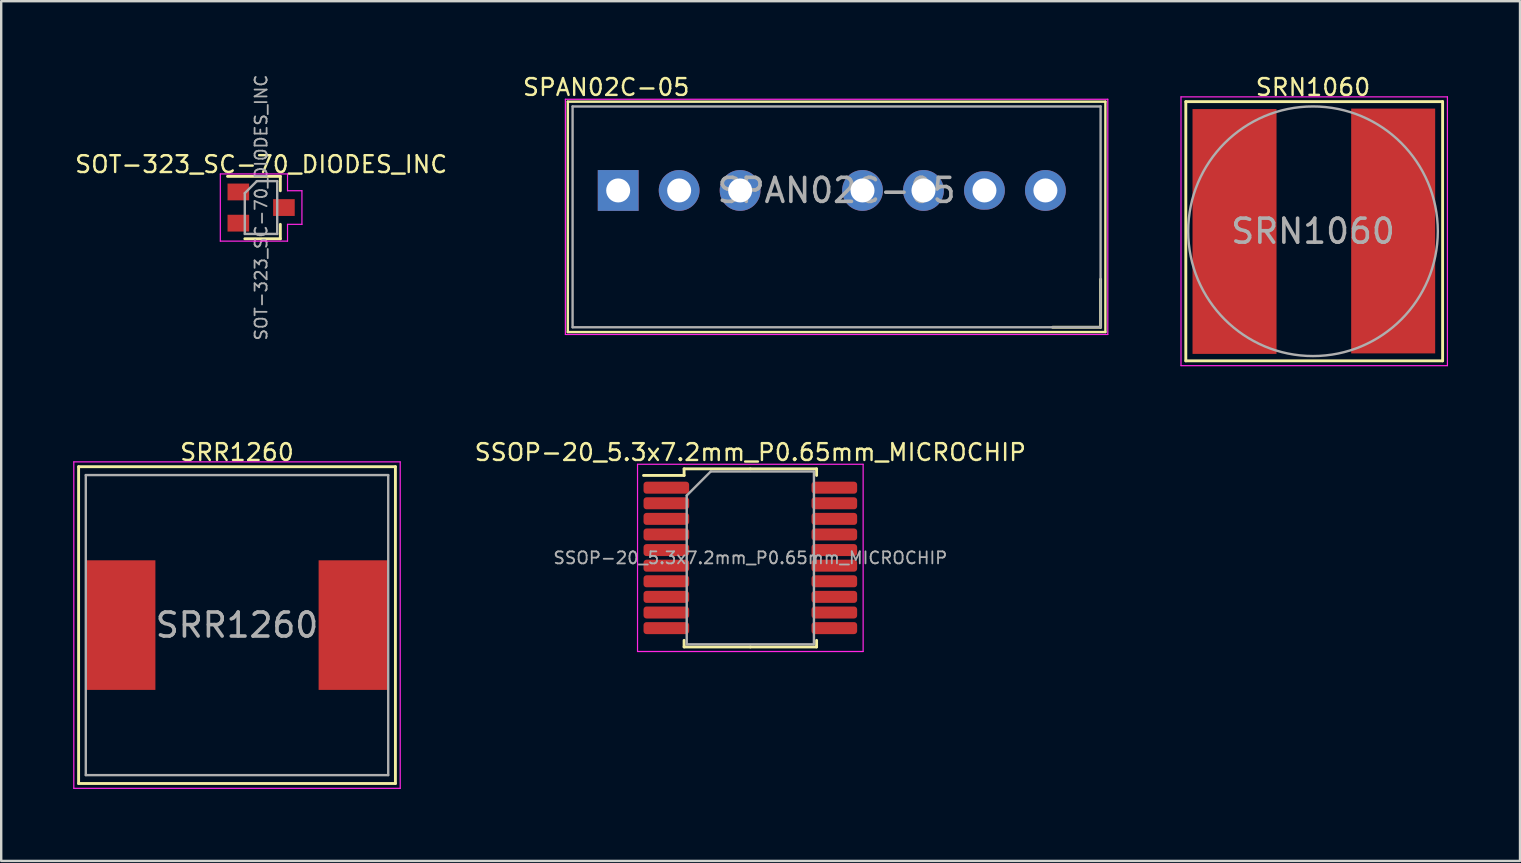
<source format=kicad_pcb>
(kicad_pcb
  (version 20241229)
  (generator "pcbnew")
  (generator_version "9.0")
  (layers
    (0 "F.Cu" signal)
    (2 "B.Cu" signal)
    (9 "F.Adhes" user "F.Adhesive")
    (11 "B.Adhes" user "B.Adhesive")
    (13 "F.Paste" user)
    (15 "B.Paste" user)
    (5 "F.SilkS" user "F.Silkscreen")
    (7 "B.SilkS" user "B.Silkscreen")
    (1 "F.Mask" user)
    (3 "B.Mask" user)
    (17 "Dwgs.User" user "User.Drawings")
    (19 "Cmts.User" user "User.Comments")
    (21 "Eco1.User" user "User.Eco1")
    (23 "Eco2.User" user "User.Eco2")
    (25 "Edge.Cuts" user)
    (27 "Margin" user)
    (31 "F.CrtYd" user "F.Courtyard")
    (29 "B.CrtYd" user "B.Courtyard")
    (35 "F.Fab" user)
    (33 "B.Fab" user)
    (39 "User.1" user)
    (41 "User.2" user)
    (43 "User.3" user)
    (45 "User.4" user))
  (footprint "SSOP-20_5.3x7.2mm_P0.65mm_MICROCHIP"
    (layer "F.Cu")
    (at 28.213 20.195)
    (property "Reference" "SSOP-20_5.3x7.2mm_P0.65mm_MICROCHIP" (at 0 -4.4 0) (layer "F.SilkS") (effects (font (size 0.7 0.7) (thickness 0.1))))
    (attr smd)
    (fp_line (start -2.76 -3.71) (end -2.76 -3.435) (stroke (width 0.12) (type solid)) (layer "F.SilkS"))
    (fp_line (start -2.76 -3.435) (end -4.45 -3.435) (stroke (width 0.12) (type solid)) (layer "F.SilkS"))
    (fp_line (start -2.76 3.71) (end -2.76 3.435) (stroke (width 0.12) (type solid)) (layer "F.SilkS"))
    (fp_line (start 0 -3.71) (end -2.76 -3.71) (stroke (width 0.12) (type solid)) (layer "F.SilkS"))
    (fp_line (start 0 -3.71) (end 2.76 -3.71) (stroke (width 0.12) (type solid)) (layer "F.SilkS"))
    (fp_line (start 0 3.71) (end -2.76 3.71) (stroke (width 0.12) (type solid)) (layer "F.SilkS"))
    (fp_line (start 0 3.71) (end 2.76 3.71) (stroke (width 0.12) (type solid)) (layer "F.SilkS"))
    (fp_line (start 2.76 -3.71) (end 2.76 -3.435) (stroke (width 0.12) (type solid)) (layer "F.SilkS"))
    (fp_line (start 2.76 3.71) (end 2.76 3.435) (stroke (width 0.12) (type solid)) (layer "F.SilkS"))
    (fp_line (start -4.7 -3.9) (end -4.7 3.9) (stroke (width 0.05) (type solid)) (layer "F.CrtYd"))
    (fp_line (start -4.7 3.9) (end 4.7 3.9) (stroke (width 0.05) (type solid)) (layer "F.CrtYd"))
    (fp_line (start 4.7 -3.9) (end -4.7 -3.9) (stroke (width 0.05) (type solid)) (layer "F.CrtYd"))
    (fp_line (start 4.7 3.9) (end 4.7 -3.9) (stroke (width 0.05) (type solid)) (layer "F.CrtYd"))
    (fp_line (start -2.65 -2.6) (end -1.65 -3.6) (stroke (width 0.1) (type solid)) (layer "F.Fab"))
    (fp_line (start -2.65 3.6) (end -2.65 -2.6) (stroke (width 0.1) (type solid)) (layer "F.Fab"))
    (fp_line (start -1.65 -3.6) (end 2.65 -3.6) (stroke (width 0.1) (type solid)) (layer "F.Fab"))
    (fp_line (start 2.65 -3.6) (end 2.65 3.6) (stroke (width 0.1) (type solid)) (layer "F.Fab"))
    (fp_line (start 2.65 3.6) (end -2.65 3.6) (stroke (width 0.1) (type solid)) (layer "F.Fab"))
    (fp_text user "${REFERENCE}" (at 0 0 0) (layer "F.Fab") (effects (font (size 0.5 0.5) (thickness 0.075))))
    (pad "1" smd roundrect (at -3.5 -2.925) (size 1.9 0.5) (layers "F.Cu" "F.Mask" "F.Paste") (roundrect_rratio 0.25))
    (pad "2" smd roundrect (at -3.5 -2.275) (size 1.9 0.5) (layers "F.Cu" "F.Mask" "F.Paste") (roundrect_rratio 0.25))
    (pad "3" smd roundrect (at -3.5 -1.625) (size 1.9 0.5) (layers "F.Cu" "F.Mask" "F.Paste") (roundrect_rratio 0.25))
    (pad "4" smd roundrect (at -3.5 -0.975) (size 1.9 0.5) (layers "F.Cu" "F.Mask" "F.Paste") (roundrect_rratio 0.25))
    (pad "5" smd roundrect (at -3.5 -0.325) (size 1.9 0.5) (layers "F.Cu" "F.Mask" "F.Paste") (roundrect_rratio 0.25))
    (pad "6" smd roundrect (at -3.5 0.325) (size 1.9 0.5) (layers "F.Cu" "F.Mask" "F.Paste") (roundrect_rratio 0.25))
    (pad "7" smd roundrect (at -3.5 0.975) (size 1.9 0.5) (layers "F.Cu" "F.Mask" "F.Paste") (roundrect_rratio 0.25))
    (pad "8" smd roundrect (at -3.5 1.625) (size 1.9 0.5) (layers "F.Cu" "F.Mask" "F.Paste") (roundrect_rratio 0.25))
    (pad "9" smd roundrect (at -3.5 2.275) (size 1.9 0.5) (layers "F.Cu" "F.Mask" "F.Paste") (roundrect_rratio 0.25))
    (pad "10" smd roundrect (at -3.5 2.925) (size 1.9 0.5) (layers "F.Cu" "F.Mask" "F.Paste") (roundrect_rratio 0.25))
    (pad "11" smd roundrect (at 3.5 2.925) (size 1.9 0.5) (layers "F.Cu" "F.Mask" "F.Paste") (roundrect_rratio 0.25))
    (pad "12" smd roundrect (at 3.5 2.275) (size 1.9 0.5) (layers "F.Cu" "F.Mask" "F.Paste") (roundrect_rratio 0.25))
    (pad "13" smd roundrect (at 3.5 1.625) (size 1.9 0.5) (layers "F.Cu" "F.Mask" "F.Paste") (roundrect_rratio 0.25))
    (pad "14" smd roundrect (at 3.5 0.975) (size 1.9 0.5) (layers "F.Cu" "F.Mask" "F.Paste") (roundrect_rratio 0.25))
    (pad "15" smd roundrect (at 3.5 0.325) (size 1.9 0.5) (layers "F.Cu" "F.Mask" "F.Paste") (roundrect_rratio 0.25))
    (pad "16" smd roundrect (at 3.5 -0.325) (size 1.9 0.5) (layers "F.Cu" "F.Mask" "F.Paste") (roundrect_rratio 0.25))
    (pad "17" smd roundrect (at 3.5 -0.975) (size 1.9 0.5) (layers "F.Cu" "F.Mask" "F.Paste") (roundrect_rratio 0.25))
    (pad "18" smd roundrect (at 3.5 -1.625) (size 1.9 0.5) (layers "F.Cu" "F.Mask" "F.Paste") (roundrect_rratio 0.25))
    (pad "19" smd roundrect (at 3.5 -2.275) (size 1.9 0.5) (layers "F.Cu" "F.Mask" "F.Paste") (roundrect_rratio 0.25))
    (pad "20" smd roundrect (at 3.5 -2.925) (size 1.9 0.5) (layers "F.Cu" "F.Mask" "F.Paste") (roundrect_rratio 0.25)))
  (footprint "SRR1260"
    (layer "F.Cu")
    (at 6.825 22.995)
    (property "Reference" "SRR1260" (at 0 -7.2 0) (layer "F.SilkS") (effects (font (size 0.7 0.7) (thickness 0.1))))
    (attr smd)
    (fp_line (start -6.6 -6.6) (end -6.6 6.6) (stroke (width 0.12) (type solid)) (layer "F.SilkS"))
    (fp_line (start -6.6 6.6) (end 6.6 6.6) (stroke (width 0.12) (type solid)) (layer "F.SilkS"))
    (fp_line (start 6.6 -6.6) (end -6.6 -6.6) (stroke (width 0.12) (type solid)) (layer "F.SilkS"))
    (fp_line (start 6.6 6.6) (end 6.6 -6.6) (stroke (width 0.12) (type solid)) (layer "F.SilkS"))
    (fp_line (start -6.8 -6.8) (end 6.8 -6.8) (stroke (width 0.05) (type solid)) (layer "F.CrtYd"))
    (fp_line (start -6.8 6.8) (end -6.8 -6.8) (stroke (width 0.05) (type solid)) (layer "F.CrtYd"))
    (fp_line (start 6.8 -6.8) (end 6.8 6.8) (stroke (width 0.05) (type solid)) (layer "F.CrtYd"))
    (fp_line (start 6.8 6.8) (end -6.8 6.8) (stroke (width 0.05) (type solid)) (layer "F.CrtYd"))
    (fp_line (start -6.3 -6.25) (end 6.3 -6.25) (stroke (width 0.1) (type solid)) (layer "F.Fab"))
    (fp_line (start -6.3 6.25) (end -6.3 -6.25) (stroke (width 0.1) (type solid)) (layer "F.Fab"))
    (fp_line (start 6.3 -6.25) (end 6.3 6.25) (stroke (width 0.1) (type solid)) (layer "F.Fab"))
    (fp_line (start 6.3 6.25) (end -6.3 6.25) (stroke (width 0.1) (type solid)) (layer "F.Fab"))
    (fp_text user "${REFERENCE}" (at 0 0 0) (layer "F.Fab") (effects (font (size 1 1) (thickness 0.15))))
    (pad "1" smd rect (at -4.85 0) (size 2.9 5.4) (layers "F.Cu" "F.Mask" "F.Paste"))
    (pad "2" smd rect (at 4.85 0) (size 2.9 5.4) (layers "F.Cu" "F.Mask" "F.Paste")))
  (footprint "SPAN02C-05"
    (layer "F.Cu")
    (at 31.807 4.885)
    (property "Reference" "SPAN02C-05" (at -9.6 -4.3 180) (layer "F.SilkS") (effects (font (size 0.7 0.7) (thickness 0.1))))
    (attr smd)
    (fp_line (start -11.2 5.9) (end -11.2 -3.7) (stroke (width 0.1) (type solid)) (layer "F.SilkS"))
    (fp_line (start 11 3.7) (end 11 5.7) (stroke (width 0.12) (type solid)) (layer "F.SilkS"))
    (fp_line (start 11 5.7) (end 9 5.7) (stroke (width 0.12) (type solid)) (layer "F.SilkS"))
    (fp_line (start 11.2 -3.7) (end -11.2 -3.7) (stroke (width 0.1) (type solid)) (layer "F.SilkS"))
    (fp_line (start 11.2 5.9) (end -11.2 5.9) (stroke (width 0.1) (type solid)) (layer "F.SilkS"))
    (fp_line (start 11.2 5.9) (end 11.2 -3.7) (stroke (width 0.1) (type solid)) (layer "F.SilkS"))
    (fp_line (start -11.3 6) (end -11.3 -3.8) (stroke (width 0.05) (type solid)) (layer "F.CrtYd"))
    (fp_line (start 11.3 -3.8) (end -11.3 -3.8) (stroke (width 0.05) (type solid)) (layer "F.CrtYd"))
    (fp_line (start 11.3 6) (end -11.3 6) (stroke (width 0.05) (type solid)) (layer "F.CrtYd"))
    (fp_line (start 11.3 6) (end 11.3 -3.8) (stroke (width 0.05) (type solid)) (layer "F.CrtYd"))
    (fp_line (start -11 -3.5) (end 11 -3.5) (stroke (width 0.1) (type solid)) (layer "F.Fab"))
    (fp_line (start -11 5.7) (end -11 -3.5) (stroke (width 0.1) (type solid)) (layer "F.Fab"))
    (fp_line (start 11 -3.5) (end 11 5.7) (stroke (width 0.1) (type solid)) (layer "F.Fab"))
    (fp_line (start 11 5.7) (end -11 5.7) (stroke (width 0.1) (type solid)) (layer "F.Fab"))
    (fp_text user "${REFERENCE}" (at 0 0 180) (layer "F.Fab") (effects (font (size 1 1) (thickness 0.15))))
    (pad "1" thru_hole rect (at -9.1 0) (size 1.7 1.7) (drill 1) (layers "*.Cu" "*.Mask"))
    (pad "2" thru_hole oval (at -6.56 0) (size 1.7 1.7) (drill 1) (layers "*.Cu" "*.Mask"))
    (pad "3" thru_hole oval (at -4.02 0) (size 1.7 1.7) (drill 1) (layers "*.Cu" "*.Mask"))
    (pad "5" thru_hole oval (at 1.08 0) (size 1.7 1.7) (drill 1) (layers "*.Cu" "*.Mask"))
    (pad "6" thru_hole oval (at 3.62 0) (size 1.7 1.7) (drill 1) (layers "*.Cu" "*.Mask"))
    (pad "7" thru_hole oval (at 6.16 0) (size 1.7 1.6) (drill 1) (layers "*.Cu" "*.Mask"))
    (pad "8" thru_hole oval (at 8.7 0) (size 1.7 1.7) (drill 1) (layers "*.Cu" "*.Mask")))
  (footprint "SRN1060"
    (layer "F.Cu")
    (at 51.657 6.585)
    (property "Reference" "SRN1060" (at 0 -6 0) (layer "F.SilkS") (effects (font (size 0.7 0.7) (thickness 0.1))))
    (attr smd)
    (fp_line (start -5.3 -5.4) (end -5.3 5.4) (stroke (width 0.12) (type solid)) (layer "F.SilkS"))
    (fp_line (start -5.3 5.4) (end 5.4 5.4) (stroke (width 0.12) (type solid)) (layer "F.SilkS"))
    (fp_line (start 5.4 -5.4) (end -5.3 -5.4) (stroke (width 0.12) (type solid)) (layer "F.SilkS"))
    (fp_line (start 5.4 5.4) (end 5.4 -5.4) (stroke (width 0.12) (type solid)) (layer "F.SilkS"))
    (fp_line (start -5.5 -5.6) (end 5.6 -5.6) (stroke (width 0.05) (type solid)) (layer "F.CrtYd"))
    (fp_line (start -5.5 5.6) (end -5.5 -5.6) (stroke (width 0.05) (type solid)) (layer "F.CrtYd"))
    (fp_line (start 5.6 -5.6) (end 5.6 5.6) (stroke (width 0.05) (type solid)) (layer "F.CrtYd"))
    (fp_line (start 5.6 5.6) (end -5.5 5.6) (stroke (width 0.05) (type solid)) (layer "F.CrtYd"))
    (fp_circle (center 0 0) (end 5.2 0) (stroke (width 0.1) (type solid)) (fill no) (layer "F.Fab"))
    (fp_text user "${REFERENCE}" (at 0 0 0) (layer "F.Fab") (effects (font (size 1 1) (thickness 0.15))))
    (pad "1" smd rect (at -3.27 0.01) (size 3.5 10.2) (layers "F.Cu" "F.Mask" "F.Paste"))
    (pad "2" smd rect (at 3.34 -0.01) (size 3.5 10.2) (layers "F.Cu" "F.Mask" "F.Paste")))
  (footprint "SOT-323_SC-70_DIODES_INC"
    (layer "F.Cu")
    (at 7.83 5.598)
    (property "Reference" "SOT-323_SC-70_DIODES_INC" (at 0 -1.8 0) (layer "F.SilkS") (effects (font (size 0.7 0.7) (thickness 0.1))))
    (attr smd)
    (fp_line (start -0.68 1.3) (end 0.8 1.3) (stroke (width 0.12) (type solid)) (layer "F.SilkS"))
    (fp_line (start 0.8 -1.3) (end -1.4 -1.3) (stroke (width 0.12) (type solid)) (layer "F.SilkS"))
    (fp_line (start 0.8 -1.3) (end 0.8 -0.7) (stroke (width 0.12) (type solid)) (layer "F.SilkS"))
    (fp_line (start 0.8 0.7) (end 0.8 1.3) (stroke (width 0.12) (type solid)) (layer "F.SilkS"))
    (fp_line (start -1.7 -1.4) (end 1.1 -1.4) (stroke (width 0.05) (type solid)) (layer "F.CrtYd"))
    (fp_line (start -1.7 1.4) (end -1.7 -1.4) (stroke (width 0.05) (type solid)) (layer "F.CrtYd"))
    (fp_line (start 1.1 -1.4) (end 1.1 -0.7) (stroke (width 0.05) (type solid)) (layer "F.CrtYd"))
    (fp_line (start 1.1 -0.7) (end 1.7 -0.7) (stroke (width 0.05) (type solid)) (layer "F.CrtYd"))
    (fp_line (start 1.1 0.7) (end 1.1 1.4) (stroke (width 0.05) (type solid)) (layer "F.CrtYd"))
    (fp_line (start 1.1 1.4) (end -1.7 1.4) (stroke (width 0.05) (type solid)) (layer "F.CrtYd"))
    (fp_line (start 1.7 -0.7) (end 1.7 0.7) (stroke (width 0.05) (type solid)) (layer "F.CrtYd"))
    (fp_line (start 1.7 0.7) (end 1.1 0.7) (stroke (width 0.05) (type solid)) (layer "F.CrtYd"))
    (fp_line (start -0.68 -0.6) (end -0.68 1.1) (stroke (width 0.1) (type solid)) (layer "F.Fab"))
    (fp_line (start -0.18 -1.1) (end -0.68 -0.6) (stroke (width 0.1) (type solid)) (layer "F.Fab"))
    (fp_line (start 0.67 -1.1) (end -0.18 -1.1) (stroke (width 0.1) (type solid)) (layer "F.Fab"))
    (fp_line (start 0.67 -1.1) (end 0.67 1.1) (stroke (width 0.1) (type solid)) (layer "F.Fab"))
    (fp_line (start 0.67 1.1) (end -0.68 1.1) (stroke (width 0.1) (type solid)) (layer "F.Fab"))
    (fp_text user "${REFERENCE}" (at 0 0 90) (layer "F.Fab") (effects (font (size 0.5 0.5) (thickness 0.075))))
    (pad "1" smd rect (at -0.95 -0.65 270) (size 0.7 0.9) (layers "F.Cu" "F.Mask" "F.Paste"))
    (pad "2" smd rect (at -0.95 0.65 270) (size 0.7 0.9) (layers "F.Cu" "F.Mask" "F.Paste"))
    (pad "3" smd rect (at 0.95 0 270) (size 0.7 0.9) (layers "F.Cu" "F.Mask" "F.Paste")))
  (gr_rect
    (start -3 -3)
    (end 60.282 32.82)
    (stroke (width 0.1) (type default))
    (fill no)
    (layer "Edge.Cuts")))
</source>
